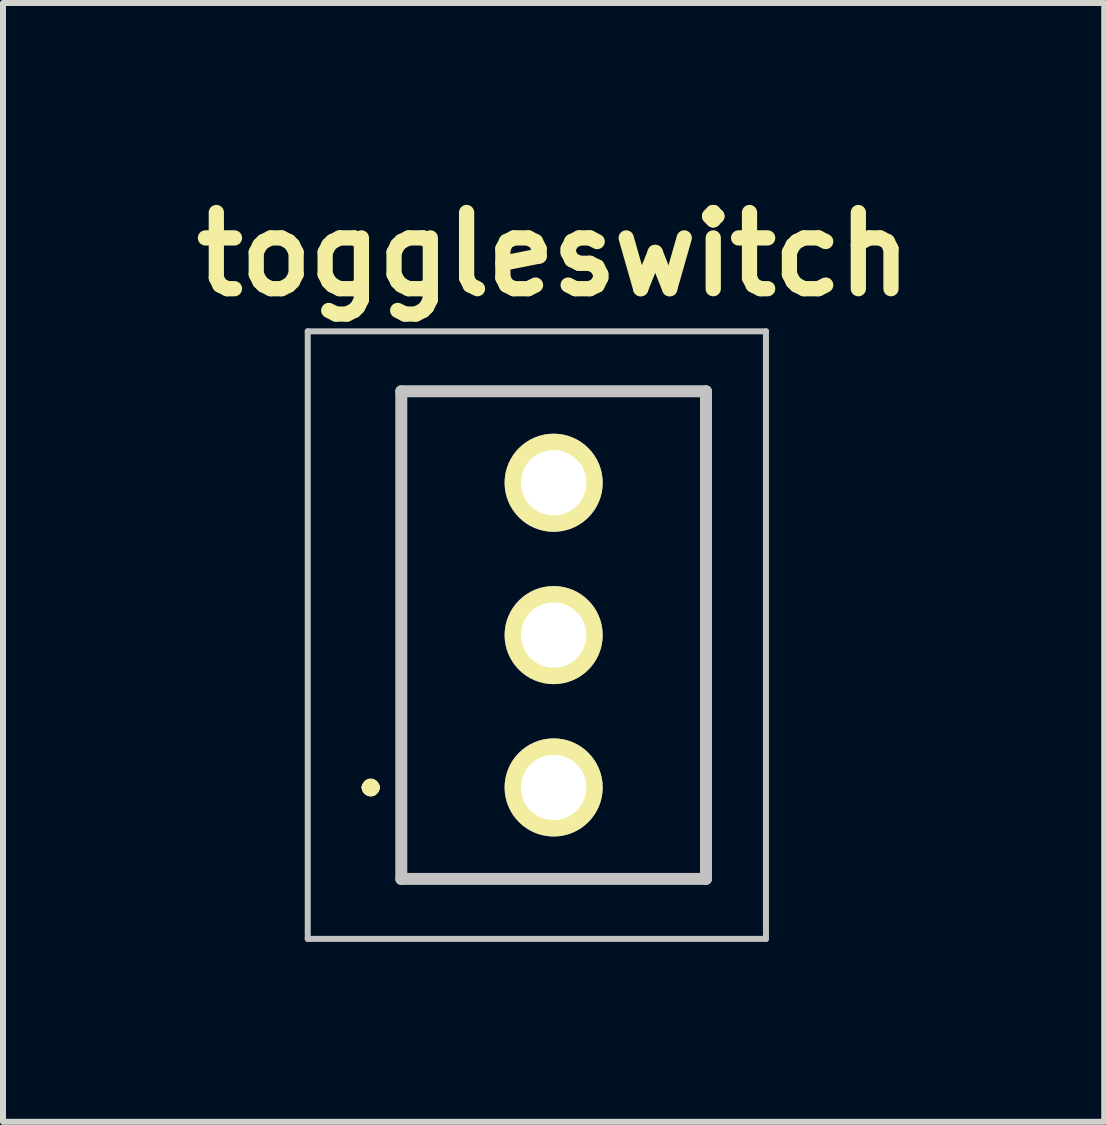
<source format=kicad_pcb>
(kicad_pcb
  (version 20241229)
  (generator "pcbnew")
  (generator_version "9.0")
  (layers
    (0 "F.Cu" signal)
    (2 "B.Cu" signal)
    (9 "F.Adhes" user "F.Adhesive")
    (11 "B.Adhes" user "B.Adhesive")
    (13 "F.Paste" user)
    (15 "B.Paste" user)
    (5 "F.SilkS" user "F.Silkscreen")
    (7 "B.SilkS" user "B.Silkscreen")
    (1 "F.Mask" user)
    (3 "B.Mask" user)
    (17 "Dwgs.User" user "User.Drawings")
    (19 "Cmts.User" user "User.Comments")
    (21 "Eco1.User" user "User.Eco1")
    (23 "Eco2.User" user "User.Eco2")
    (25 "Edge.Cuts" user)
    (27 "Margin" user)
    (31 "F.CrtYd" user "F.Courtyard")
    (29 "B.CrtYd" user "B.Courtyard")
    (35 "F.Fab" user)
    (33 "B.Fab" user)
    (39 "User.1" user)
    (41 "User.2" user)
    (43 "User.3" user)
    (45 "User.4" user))
  (footprint "toggleswitch"
    (layer "F.Cu")
    (at 6.181 10.079)
    (property "Reference" "toggleswitch" (at 0 -8.89 0) (layer "F.SilkS") (effects (font (size 1.27 1.27) (thickness 0.254))))
    (attr through_hole)
    (fp_line (start -3.1 0) (end -3.1 0) (stroke (width 0.2) (type solid)) (layer "F.SilkS"))
    (fp_line (start -3.1 0) (end -3.1 0) (stroke (width 0.2) (type solid)) (layer "F.SilkS"))
    (fp_line (start -3 0) (end -3 0) (stroke (width 0.2) (type solid)) (layer "F.SilkS"))
    (fp_line (start -2.54 -6.605) (end -2.54 1.525) (stroke (width 0.1) (type solid)) (layer "F.SilkS"))
    (fp_line (start -2.54 1.525) (end 2.54 1.525) (stroke (width 0.1) (type solid)) (layer "F.SilkS"))
    (fp_line (start 2.54 -6.605) (end -2.54 -6.605) (stroke (width 0.1) (type solid)) (layer "F.SilkS"))
    (fp_line (start 2.54 1.525) (end 2.54 -6.605) (stroke (width 0.1) (type solid)) (layer "F.SilkS"))
    (fp_arc (start -3.1 0) (mid -3.05 -0.05) (end -3 0) (stroke (width 0.2) (type solid)) (layer "F.SilkS"))
    (fp_arc (start -3 0) (mid -3.05 0.05) (end -3.1 0) (stroke (width 0.2) (type solid)) (layer "F.SilkS"))
    (fp_arc (start -3 0) (mid -3.05 0.05) (end -3.1 0) (stroke (width 0.2) (type solid)) (layer "F.SilkS"))
    (fp_line (start -4.1 -7.605) (end 3.54 -7.605) (stroke (width 0.1) (type solid)) (layer "Dwgs.User"))
    (fp_line (start -4.1 2.525) (end -4.1 -7.605) (stroke (width 0.1) (type solid)) (layer "Dwgs.User"))
    (fp_line (start -2.54 -6.605) (end 2.54 -6.605) (stroke (width 0.2) (type solid)) (layer "Dwgs.User"))
    (fp_line (start -2.54 1.525) (end -2.54 -6.605) (stroke (width 0.2) (type solid)) (layer "Dwgs.User"))
    (fp_line (start 2.54 -6.605) (end 2.54 1.525) (stroke (width 0.2) (type solid)) (layer "Dwgs.User"))
    (fp_line (start 2.54 1.525) (end -2.54 1.525) (stroke (width 0.2) (type solid)) (layer "Dwgs.User"))
    (fp_line (start 3.54 -7.605) (end 3.54 2.525) (stroke (width 0.1) (type solid)) (layer "Dwgs.User"))
    (fp_line (start 3.54 2.525) (end -4.1 2.525) (stroke (width 0.1) (type solid)) (layer "Dwgs.User"))
    (pad "1" thru_hole circle (at 0 0 90) (size 1.635 1.635) (drill 1.09) (layers "*.Cu" "*.Mask" "F.SilkS"))
    (pad "2" thru_hole circle (at 0 -2.54 90) (size 1.635 1.635) (drill 1.09) (layers "*.Cu" "*.Mask" "F.SilkS"))
    (pad "3" thru_hole circle (at 0 -5.08 90) (size 1.635 1.635) (drill 1.09) (layers "*.Cu" "*.Mask" "F.SilkS")))
  (gr_rect
    (start -3 -3)
    (end 15.361 15.654)
    (stroke (width 0.1) (type default))
    (fill no)
    (layer "Edge.Cuts")))
</source>
